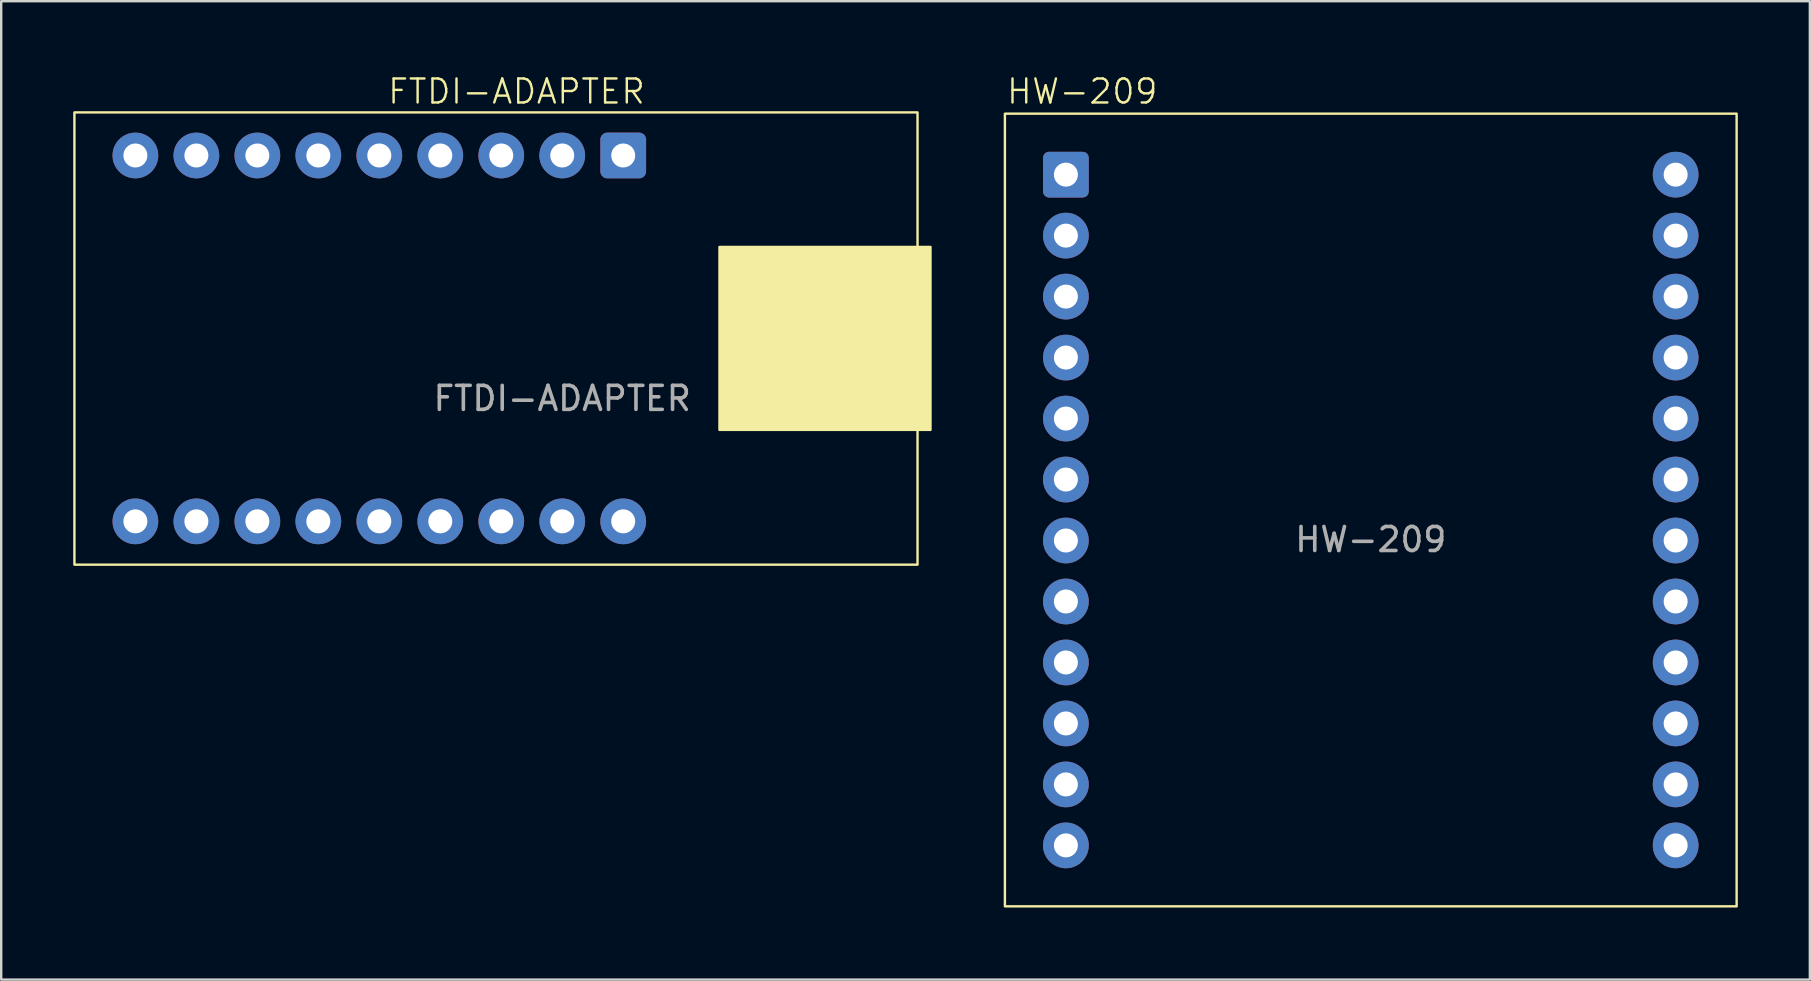
<source format=kicad_pcb>
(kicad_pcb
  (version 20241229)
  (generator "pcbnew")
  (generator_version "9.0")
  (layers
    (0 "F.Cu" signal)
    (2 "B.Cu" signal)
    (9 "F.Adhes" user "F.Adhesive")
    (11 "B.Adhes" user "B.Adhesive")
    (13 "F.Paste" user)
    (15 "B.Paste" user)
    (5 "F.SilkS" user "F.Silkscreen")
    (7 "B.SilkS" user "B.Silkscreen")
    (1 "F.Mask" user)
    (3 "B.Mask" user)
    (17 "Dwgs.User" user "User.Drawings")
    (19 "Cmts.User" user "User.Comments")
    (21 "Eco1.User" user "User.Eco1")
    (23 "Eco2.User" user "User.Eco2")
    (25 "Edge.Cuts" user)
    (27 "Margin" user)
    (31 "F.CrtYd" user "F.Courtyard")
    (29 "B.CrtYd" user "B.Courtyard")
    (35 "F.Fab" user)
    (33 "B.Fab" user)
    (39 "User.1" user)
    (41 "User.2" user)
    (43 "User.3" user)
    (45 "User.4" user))
  (footprint "FTDI-ADAPTER"
    (layer "F.Cu")
    (at 20.37 11.047)
    (property "Reference" "FTDI-ADAPTER" (at -1.905 -10.287 0) (unlocked yes) (layer "F.SilkS") (effects (font (size 1 1) (thickness 0.1))))
    (attr smd)
    (fp_rect (start -20.32 -9.414) (end 14.8 9.424) (stroke (width 0.1) (type default)) (fill no) (layer "F.SilkS"))
    (fp_rect (start 6.55 -3.81) (end 15.34 3.81) (stroke (width 0.1) (type solid)) (fill yes) (layer "F.SilkS"))
    (fp_text user "${REFERENCE}" (at 0 2.5 0) (unlocked yes) (layer "F.Fab") (effects (font (size 1 1) (thickness 0.15))))
    (pad "1" thru_hole roundrect (at 2.54 -7.62) (size 1.905 1.905) (drill 1) (layers "*.Cu" "*.Mask") (roundrect_rratio 0.15))
    (pad "2" thru_hole circle (at 0 -7.62) (size 1.905 1.905) (drill 1) (layers "*.Cu" "*.Mask"))
    (pad "3" thru_hole circle (at -2.54 -7.62) (size 1.905 1.905) (drill 1) (layers "*.Cu" "*.Mask"))
    (pad "4" thru_hole circle (at -5.08 -7.62) (size 1.905 1.905) (drill 1) (layers "*.Cu" "*.Mask"))
    (pad "5" thru_hole circle (at -7.62 -7.62) (size 1.905 1.905) (drill 1) (layers "*.Cu" "*.Mask"))
    (pad "6" thru_hole circle (at -10.16 -7.62) (size 1.905 1.905) (drill 1) (layers "*.Cu" "*.Mask"))
    (pad "7" thru_hole circle (at -12.7 -7.62) (size 1.905 1.905) (drill 1) (layers "*.Cu" "*.Mask"))
    (pad "8" thru_hole circle (at -15.24 -7.62) (size 1.905 1.905) (drill 1) (layers "*.Cu" "*.Mask"))
    (pad "9" thru_hole circle (at -17.78 -7.62) (size 1.905 1.905) (drill 1) (layers "*.Cu" "*.Mask"))
    (pad "10" thru_hole circle (at -17.78 7.62) (size 1.905 1.905) (drill 1) (layers "*.Cu" "*.Mask"))
    (pad "11" thru_hole circle (at -15.24 7.62) (size 1.905 1.905) (drill 1) (layers "*.Cu" "*.Mask"))
    (pad "12" thru_hole circle (at -12.7 7.62) (size 1.905 1.905) (drill 1) (layers "*.Cu" "*.Mask"))
    (pad "13" thru_hole circle (at -10.16 7.62) (size 1.905 1.905) (drill 1) (layers "*.Cu" "*.Mask"))
    (pad "14" thru_hole circle (at -7.62 7.62) (size 1.905 1.905) (drill 1) (layers "*.Cu" "*.Mask"))
    (pad "15" thru_hole circle (at -5.08 7.62) (size 1.905 1.905) (drill 1) (layers "*.Cu" "*.Mask"))
    (pad "16" thru_hole circle (at -2.54 7.62) (size 1.905 1.905) (drill 1) (layers "*.Cu" "*.Mask"))
    (pad "17" thru_hole circle (at 0 7.62) (size 1.905 1.905) (drill 1) (layers "*.Cu" "*.Mask"))
    (pad "18" thru_hole circle (at 2.54 7.62) (size 1.905 1.905) (drill 1) (layers "*.Cu" "*.Mask")))
  (footprint "HW-209"
    (layer "F.Cu")
    (at 54.05 16.925)
    (property "Reference" "HW-209" (at -12.019 -16.165 0) (unlocked yes) (layer "F.SilkS") (effects (font (size 1 1) (thickness 0.1))))
    (attr smd)
    (fp_rect (start -15.24 -15.24) (end 15.24 17.78) (stroke (width 0.1) (type default)) (fill no) (layer "F.SilkS"))
    (fp_text user "${REFERENCE}" (at 0 2.5 0) (unlocked yes) (layer "F.Fab") (effects (font (size 1 1) (thickness 0.15))))
    (pad "1" thru_hole roundrect (at -12.7 -12.7) (size 1.905 1.905) (drill 1) (layers "*.Cu" "*.Mask") (roundrect_rratio 0.131))
    (pad "2" thru_hole circle (at -12.7 -10.16) (size 1.905 1.905) (drill 1) (layers "*.Cu" "*.Mask"))
    (pad "3" thru_hole circle (at -12.7 -7.62) (size 1.905 1.905) (drill 1) (layers "*.Cu" "*.Mask"))
    (pad "4" thru_hole circle (at -12.7 -5.08) (size 1.905 1.905) (drill 1) (layers "*.Cu" "*.Mask"))
    (pad "5" thru_hole circle (at -12.7 -2.54) (size 1.905 1.905) (drill 1) (layers "*.Cu" "*.Mask"))
    (pad "6" thru_hole circle (at -12.7 0) (size 1.905 1.905) (drill 1) (layers "*.Cu" "*.Mask"))
    (pad "7" thru_hole circle (at -12.7 2.54) (size 1.905 1.905) (drill 1) (layers "*.Cu" "*.Mask"))
    (pad "8" thru_hole circle (at -12.7 5.08) (size 1.905 1.905) (drill 1) (layers "*.Cu" "*.Mask"))
    (pad "9" thru_hole circle (at -12.7 7.62) (size 1.905 1.905) (drill 1) (layers "*.Cu" "*.Mask"))
    (pad "10" thru_hole circle (at -12.7 10.16) (size 1.905 1.905) (drill 1) (layers "*.Cu" "*.Mask"))
    (pad "11" thru_hole circle (at -12.7 12.7) (size 1.905 1.905) (drill 1) (layers "*.Cu" "*.Mask"))
    (pad "12" thru_hole circle (at -12.7 15.24) (size 1.905 1.905) (drill 1) (layers "*.Cu" "*.Mask"))
    (pad "13" thru_hole circle (at 12.7 15.24) (size 1.905 1.905) (drill 1) (layers "*.Cu" "*.Mask"))
    (pad "14" thru_hole circle (at 12.7 12.7) (size 1.905 1.905) (drill 1) (layers "*.Cu" "*.Mask"))
    (pad "15" thru_hole circle (at 12.7 10.16) (size 1.905 1.905) (drill 1) (layers "*.Cu" "*.Mask"))
    (pad "16" thru_hole circle (at 12.7 7.62) (size 1.905 1.905) (drill 1) (layers "*.Cu" "*.Mask"))
    (pad "17" thru_hole circle (at 12.7 5.08) (size 1.905 1.905) (drill 1) (layers "*.Cu" "*.Mask"))
    (pad "18" thru_hole circle (at 12.7 2.54) (size 1.905 1.905) (drill 1) (layers "*.Cu" "*.Mask"))
    (pad "19" thru_hole circle (at 12.7 0) (size 1.905 1.905) (drill 1) (layers "*.Cu" "*.Mask"))
    (pad "20" thru_hole circle (at 12.7 -2.54) (size 1.905 1.905) (drill 1) (layers "*.Cu" "*.Mask"))
    (pad "21" thru_hole circle (at 12.7 -5.08) (size 1.905 1.905) (drill 1) (layers "*.Cu" "*.Mask"))
    (pad "22" thru_hole circle (at 12.7 -7.62) (size 1.905 1.905) (drill 1) (layers "*.Cu" "*.Mask"))
    (pad "23" thru_hole circle (at 12.7 -10.16) (size 1.905 1.905) (drill 1) (layers "*.Cu" "*.Mask"))
    (pad "24" thru_hole circle (at 12.7 -12.7) (size 1.905 1.905) (drill 1) (layers "*.Cu" "*.Mask")))
  (gr_rect
    (start -3 -3)
    (end 72.34 37.755)
    (stroke (width 0.1) (type default))
    (fill no)
    (layer "Edge.Cuts")))
</source>
